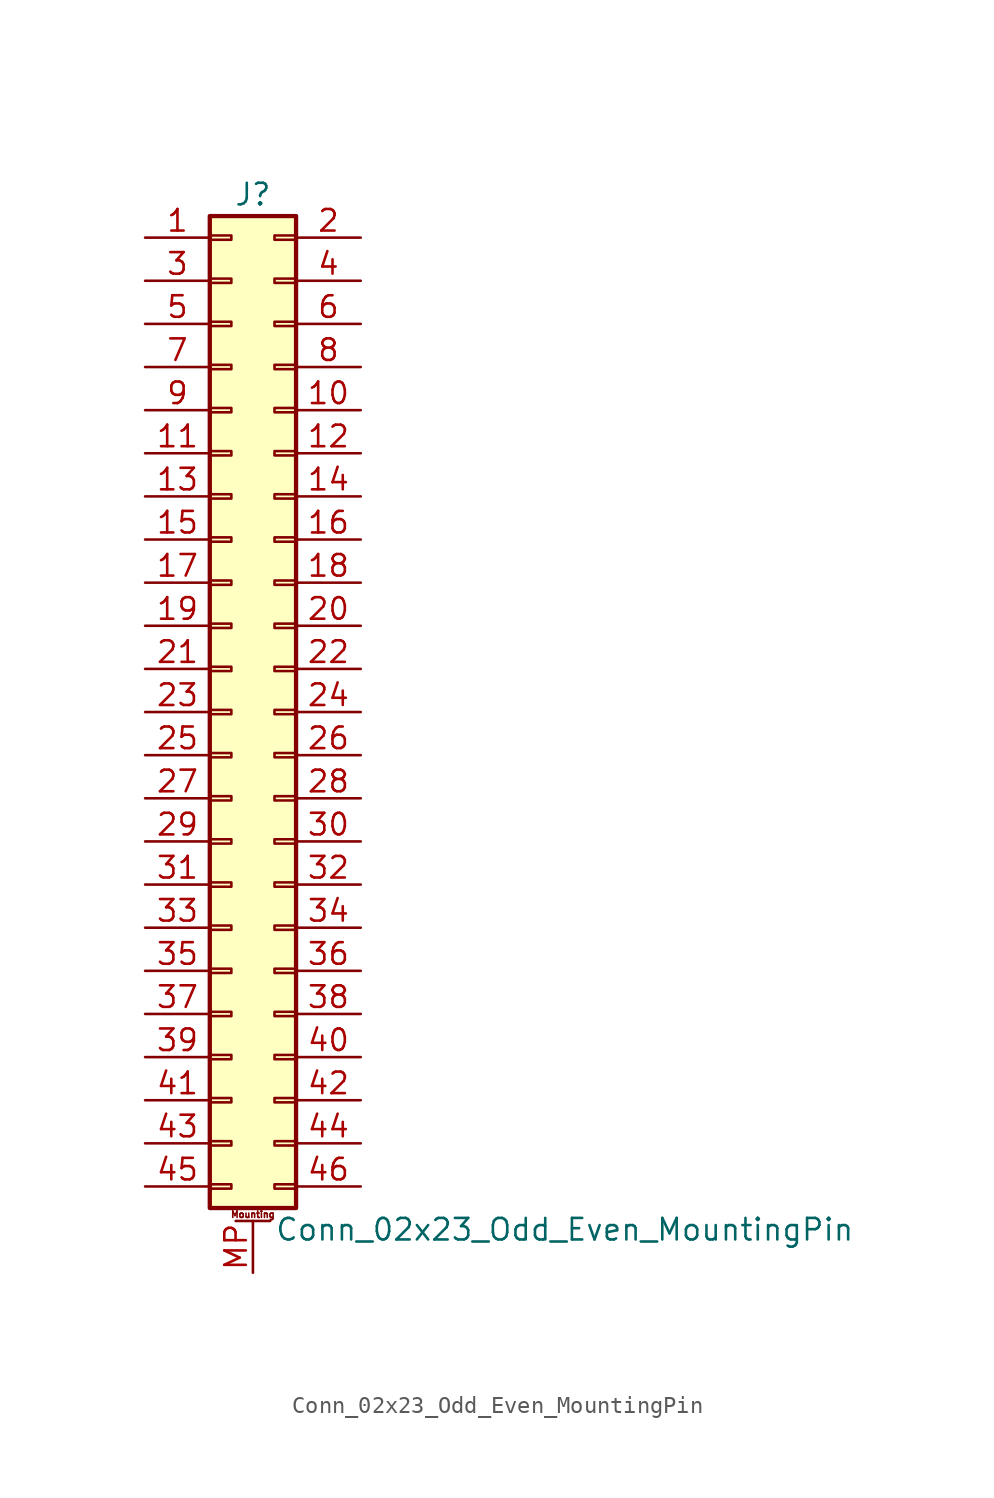
<source format=kicad_sym>
(kicad_symbol_lib
  (version 20201005)
  (generator kicad_symbol_editor)
  (symbol "Connector_Generic_MountingPin:Conn_02x23_Odd_Even_MountingPin"
    (pin_names
      (offset 1.016) hide)
    (property "Reference" "J"
      (at 1.27 30.48 0)
      (effects (font (size 1.27 1.27))))
    (property "Value" "Conn_02x23_Odd_Even_MountingPin"
      (at 2.54 -30.48 0)
      (effects (font (size 1.27 1.27)) (justify left)))
    (symbol "Conn_02x23_Odd_Even_MountingPin_1_1"
      (text "Mounting" (at 1.27 -29.591 0) (effects (font (size 0.381 0.381))))
      (rectangle (start -1.27 -27.813) (end 0 -28.067) (stroke (width 0.152)) (fill (type none)))
      (rectangle (start -1.27 -4.953) (end 0 -5.207) (stroke (width 0.152)) (fill (type none)))
      (rectangle (start -1.27 -7.493) (end 0 -7.747) (stroke (width 0.152)) (fill (type none)))
      (rectangle (start -1.27 -10.033) (end 0 -10.287) (stroke (width 0.152)) (fill (type none)))
      (rectangle (start -1.27 -12.573) (end 0 -12.827) (stroke (width 0.152)) (fill (type none)))
      (rectangle (start -1.27 -15.113) (end 0 -15.367) (stroke (width 0.152)) (fill (type none)))
      (rectangle (start -1.27 -17.653) (end 0 -17.907) (stroke (width 0.152)) (fill (type none)))
      (rectangle (start -1.27 -20.193) (end 0 -20.447) (stroke (width 0.152)) (fill (type none)))
      (rectangle (start -1.27 -22.733) (end 0 -22.987) (stroke (width 0.152)) (fill (type none)))
      (rectangle (start -1.27 -2.413) (end 0 -2.667) (stroke (width 0.152)) (fill (type none)))
      (rectangle (start -1.27 -25.273) (end 0 -25.527) (stroke (width 0.152)) (fill (type none)))
      (rectangle (start -1.27 25.527) (end 0 25.273) (stroke (width 0.152)) (fill (type none)))
      (rectangle (start -1.27 2.667) (end 0 2.413) (stroke (width 0.152)) (fill (type none)))
      (rectangle (start -1.27 28.067) (end 0 27.813) (stroke (width 0.152)) (fill (type none)))
      (rectangle (start -1.27 29.21) (end 3.81 -29.21) (stroke (width 0.254)) (fill (type background)))
      (rectangle (start -1.27 5.207) (end 0 4.953) (stroke (width 0.152)) (fill (type none)))
      (rectangle (start -1.27 7.747) (end 0 7.493) (stroke (width 0.152)) (fill (type none)))
      (rectangle (start -1.27 10.287) (end 0 10.033) (stroke (width 0.152)) (fill (type none)))
      (rectangle (start -1.27 0.127) (end 0 -0.127) (stroke (width 0.152)) (fill (type none)))
      (rectangle (start -1.27 12.827) (end 0 12.573) (stroke (width 0.152)) (fill (type none)))
      (rectangle (start -1.27 15.367) (end 0 15.113) (stroke (width 0.152)) (fill (type none)))
      (rectangle (start -1.27 17.907) (end 0 17.653) (stroke (width 0.152)) (fill (type none)))
      (rectangle (start -1.27 20.447) (end 0 20.193) (stroke (width 0.152)) (fill (type none)))
      (rectangle (start -1.27 22.987) (end 0 22.733) (stroke (width 0.152)) (fill (type none)))
      (rectangle (start 3.81 -27.813) (end 2.54 -28.067) (stroke (width 0.152)) (fill (type none)))
      (rectangle (start 3.81 -4.953) (end 2.54 -5.207) (stroke (width 0.152)) (fill (type none)))
      (rectangle (start 3.81 -7.493) (end 2.54 -7.747) (stroke (width 0.152)) (fill (type none)))
      (rectangle (start 3.81 -10.033) (end 2.54 -10.287) (stroke (width 0.152)) (fill (type none)))
      (rectangle (start 3.81 -12.573) (end 2.54 -12.827) (stroke (width 0.152)) (fill (type none)))
      (rectangle (start 3.81 -15.113) (end 2.54 -15.367) (stroke (width 0.152)) (fill (type none)))
      (rectangle (start 3.81 -17.653) (end 2.54 -17.907) (stroke (width 0.152)) (fill (type none)))
      (rectangle (start 3.81 -20.193) (end 2.54 -20.447) (stroke (width 0.152)) (fill (type none)))
      (rectangle (start 3.81 -22.733) (end 2.54 -22.987) (stroke (width 0.152)) (fill (type none)))
      (rectangle (start 3.81 -2.413) (end 2.54 -2.667) (stroke (width 0.152)) (fill (type none)))
      (rectangle (start 3.81 -25.273) (end 2.54 -25.527) (stroke (width 0.152)) (fill (type none)))
      (rectangle (start 3.81 25.527) (end 2.54 25.273) (stroke (width 0.152)) (fill (type none)))
      (rectangle (start 3.81 2.667) (end 2.54 2.413) (stroke (width 0.152)) (fill (type none)))
      (rectangle (start 3.81 28.067) (end 2.54 27.813) (stroke (width 0.152)) (fill (type none)))
      (rectangle (start 3.81 5.207) (end 2.54 4.953) (stroke (width 0.152)) (fill (type none)))
      (rectangle (start 3.81 7.747) (end 2.54 7.493) (stroke (width 0.152)) (fill (type none)))
      (rectangle (start 3.81 10.287) (end 2.54 10.033) (stroke (width 0.152)) (fill (type none)))
      (rectangle (start 3.81 0.127) (end 2.54 -0.127) (stroke (width 0.152)) (fill (type none)))
      (rectangle (start 3.81 12.827) (end 2.54 12.573) (stroke (width 0.152)) (fill (type none)))
      (rectangle (start 3.81 15.367) (end 2.54 15.113) (stroke (width 0.152)) (fill (type none)))
      (rectangle (start 3.81 17.907) (end 2.54 17.653) (stroke (width 0.152)) (fill (type none)))
      (rectangle (start 3.81 20.447) (end 2.54 20.193) (stroke (width 0.152)) (fill (type none)))
      (rectangle (start 3.81 22.987) (end 2.54 22.733) (stroke (width 0.152)) (fill (type none)))
      (polyline (pts (xy 0.254 -29.972) (xy 2.286 -29.972)) (stroke (width 0.152)) (fill (type none)))
      (pin passive line (at 1.27 -33.02 90) (length 3.048) (name "MountPin" (effects (font (size 1.27 1.27)))) (number "MP" (effects (font (size 1.27 1.27)))))
      (pin passive line (at -5.08 27.94 0) (length 3.81) (name "Pin_1" (effects (font (size 1.27 1.27)))) (number "1" (effects (font (size 1.27 1.27)))))
      (pin passive line (at 7.62 17.78 180) (length 3.81) (name "Pin_10" (effects (font (size 1.27 1.27)))) (number "10" (effects (font (size 1.27 1.27)))))
      (pin passive line (at -5.08 15.24 0) (length 3.81) (name "Pin_11" (effects (font (size 1.27 1.27)))) (number "11" (effects (font (size 1.27 1.27)))))
      (pin passive line (at 7.62 15.24 180) (length 3.81) (name "Pin_12" (effects (font (size 1.27 1.27)))) (number "12" (effects (font (size 1.27 1.27)))))
      (pin passive line (at -5.08 12.7 0) (length 3.81) (name "Pin_13" (effects (font (size 1.27 1.27)))) (number "13" (effects (font (size 1.27 1.27)))))
      (pin passive line (at 7.62 12.7 180) (length 3.81) (name "Pin_14" (effects (font (size 1.27 1.27)))) (number "14" (effects (font (size 1.27 1.27)))))
      (pin passive line (at -5.08 10.16 0) (length 3.81) (name "Pin_15" (effects (font (size 1.27 1.27)))) (number "15" (effects (font (size 1.27 1.27)))))
      (pin passive line (at 7.62 10.16 180) (length 3.81) (name "Pin_16" (effects (font (size 1.27 1.27)))) (number "16" (effects (font (size 1.27 1.27)))))
      (pin passive line (at -5.08 7.62 0) (length 3.81) (name "Pin_17" (effects (font (size 1.27 1.27)))) (number "17" (effects (font (size 1.27 1.27)))))
      (pin passive line (at 7.62 7.62 180) (length 3.81) (name "Pin_18" (effects (font (size 1.27 1.27)))) (number "18" (effects (font (size 1.27 1.27)))))
      (pin passive line (at -5.08 5.08 0) (length 3.81) (name "Pin_19" (effects (font (size 1.27 1.27)))) (number "19" (effects (font (size 1.27 1.27)))))
      (pin passive line (at 7.62 27.94 180) (length 3.81) (name "Pin_2" (effects (font (size 1.27 1.27)))) (number "2" (effects (font (size 1.27 1.27)))))
      (pin passive line (at 7.62 5.08 180) (length 3.81) (name "Pin_20" (effects (font (size 1.27 1.27)))) (number "20" (effects (font (size 1.27 1.27)))))
      (pin passive line (at -5.08 2.54 0) (length 3.81) (name "Pin_21" (effects (font (size 1.27 1.27)))) (number "21" (effects (font (size 1.27 1.27)))))
      (pin passive line (at 7.62 2.54 180) (length 3.81) (name "Pin_22" (effects (font (size 1.27 1.27)))) (number "22" (effects (font (size 1.27 1.27)))))
      (pin passive line (at -5.08 0 0) (length 3.81) (name "Pin_23" (effects (font (size 1.27 1.27)))) (number "23" (effects (font (size 1.27 1.27)))))
      (pin passive line (at 7.62 0 180) (length 3.81) (name "Pin_24" (effects (font (size 1.27 1.27)))) (number "24" (effects (font (size 1.27 1.27)))))
      (pin passive line (at -5.08 -2.54 0) (length 3.81) (name "Pin_25" (effects (font (size 1.27 1.27)))) (number "25" (effects (font (size 1.27 1.27)))))
      (pin passive line (at 7.62 -2.54 180) (length 3.81) (name "Pin_26" (effects (font (size 1.27 1.27)))) (number "26" (effects (font (size 1.27 1.27)))))
      (pin passive line (at -5.08 -5.08 0) (length 3.81) (name "Pin_27" (effects (font (size 1.27 1.27)))) (number "27" (effects (font (size 1.27 1.27)))))
      (pin passive line (at 7.62 -5.08 180) (length 3.81) (name "Pin_28" (effects (font (size 1.27 1.27)))) (number "28" (effects (font (size 1.27 1.27)))))
      (pin passive line (at -5.08 -7.62 0) (length 3.81) (name "Pin_29" (effects (font (size 1.27 1.27)))) (number "29" (effects (font (size 1.27 1.27)))))
      (pin passive line (at -5.08 25.4 0) (length 3.81) (name "Pin_3" (effects (font (size 1.27 1.27)))) (number "3" (effects (font (size 1.27 1.27)))))
      (pin passive line (at 7.62 -7.62 180) (length 3.81) (name "Pin_30" (effects (font (size 1.27 1.27)))) (number "30" (effects (font (size 1.27 1.27)))))
      (pin passive line (at -5.08 -10.16 0) (length 3.81) (name "Pin_31" (effects (font (size 1.27 1.27)))) (number "31" (effects (font (size 1.27 1.27)))))
      (pin passive line (at 7.62 -10.16 180) (length 3.81) (name "Pin_32" (effects (font (size 1.27 1.27)))) (number "32" (effects (font (size 1.27 1.27)))))
      (pin passive line (at -5.08 -12.7 0) (length 3.81) (name "Pin_33" (effects (font (size 1.27 1.27)))) (number "33" (effects (font (size 1.27 1.27)))))
      (pin passive line (at 7.62 -12.7 180) (length 3.81) (name "Pin_34" (effects (font (size 1.27 1.27)))) (number "34" (effects (font (size 1.27 1.27)))))
      (pin passive line (at -5.08 -15.24 0) (length 3.81) (name "Pin_35" (effects (font (size 1.27 1.27)))) (number "35" (effects (font (size 1.27 1.27)))))
      (pin passive line (at 7.62 -15.24 180) (length 3.81) (name "Pin_36" (effects (font (size 1.27 1.27)))) (number "36" (effects (font (size 1.27 1.27)))))
      (pin passive line (at -5.08 -17.78 0) (length 3.81) (name "Pin_37" (effects (font (size 1.27 1.27)))) (number "37" (effects (font (size 1.27 1.27)))))
      (pin passive line (at 7.62 -17.78 180) (length 3.81) (name "Pin_38" (effects (font (size 1.27 1.27)))) (number "38" (effects (font (size 1.27 1.27)))))
      (pin passive line (at -5.08 -20.32 0) (length 3.81) (name "Pin_39" (effects (font (size 1.27 1.27)))) (number "39" (effects (font (size 1.27 1.27)))))
      (pin passive line (at 7.62 25.4 180) (length 3.81) (name "Pin_4" (effects (font (size 1.27 1.27)))) (number "4" (effects (font (size 1.27 1.27)))))
      (pin passive line (at 7.62 -20.32 180) (length 3.81) (name "Pin_40" (effects (font (size 1.27 1.27)))) (number "40" (effects (font (size 1.27 1.27)))))
      (pin passive line (at -5.08 -22.86 0) (length 3.81) (name "Pin_41" (effects (font (size 1.27 1.27)))) (number "41" (effects (font (size 1.27 1.27)))))
      (pin passive line (at 7.62 -22.86 180) (length 3.81) (name "Pin_42" (effects (font (size 1.27 1.27)))) (number "42" (effects (font (size 1.27 1.27)))))
      (pin passive line (at -5.08 -25.4 0) (length 3.81) (name "Pin_43" (effects (font (size 1.27 1.27)))) (number "43" (effects (font (size 1.27 1.27)))))
      (pin passive line (at 7.62 -25.4 180) (length 3.81) (name "Pin_44" (effects (font (size 1.27 1.27)))) (number "44" (effects (font (size 1.27 1.27)))))
      (pin passive line (at -5.08 -27.94 0) (length 3.81) (name "Pin_45" (effects (font (size 1.27 1.27)))) (number "45" (effects (font (size 1.27 1.27)))))
      (pin passive line (at 7.62 -27.94 180) (length 3.81) (name "Pin_46" (effects (font (size 1.27 1.27)))) (number "46" (effects (font (size 1.27 1.27)))))
      (pin passive line (at -5.08 22.86 0) (length 3.81) (name "Pin_5" (effects (font (size 1.27 1.27)))) (number "5" (effects (font (size 1.27 1.27)))))
      (pin passive line (at 7.62 22.86 180) (length 3.81) (name "Pin_6" (effects (font (size 1.27 1.27)))) (number "6" (effects (font (size 1.27 1.27)))))
      (pin passive line (at -5.08 20.32 0) (length 3.81) (name "Pin_7" (effects (font (size 1.27 1.27)))) (number "7" (effects (font (size 1.27 1.27)))))
      (pin passive line (at 7.62 20.32 180) (length 3.81) (name "Pin_8" (effects (font (size 1.27 1.27)))) (number "8" (effects (font (size 1.27 1.27)))))
      (pin passive line (at -5.08 17.78 0) (length 3.81) (name "Pin_9" (effects (font (size 1.27 1.27)))) (number "9" (effects (font (size 1.27 1.27))))))))
</source>
